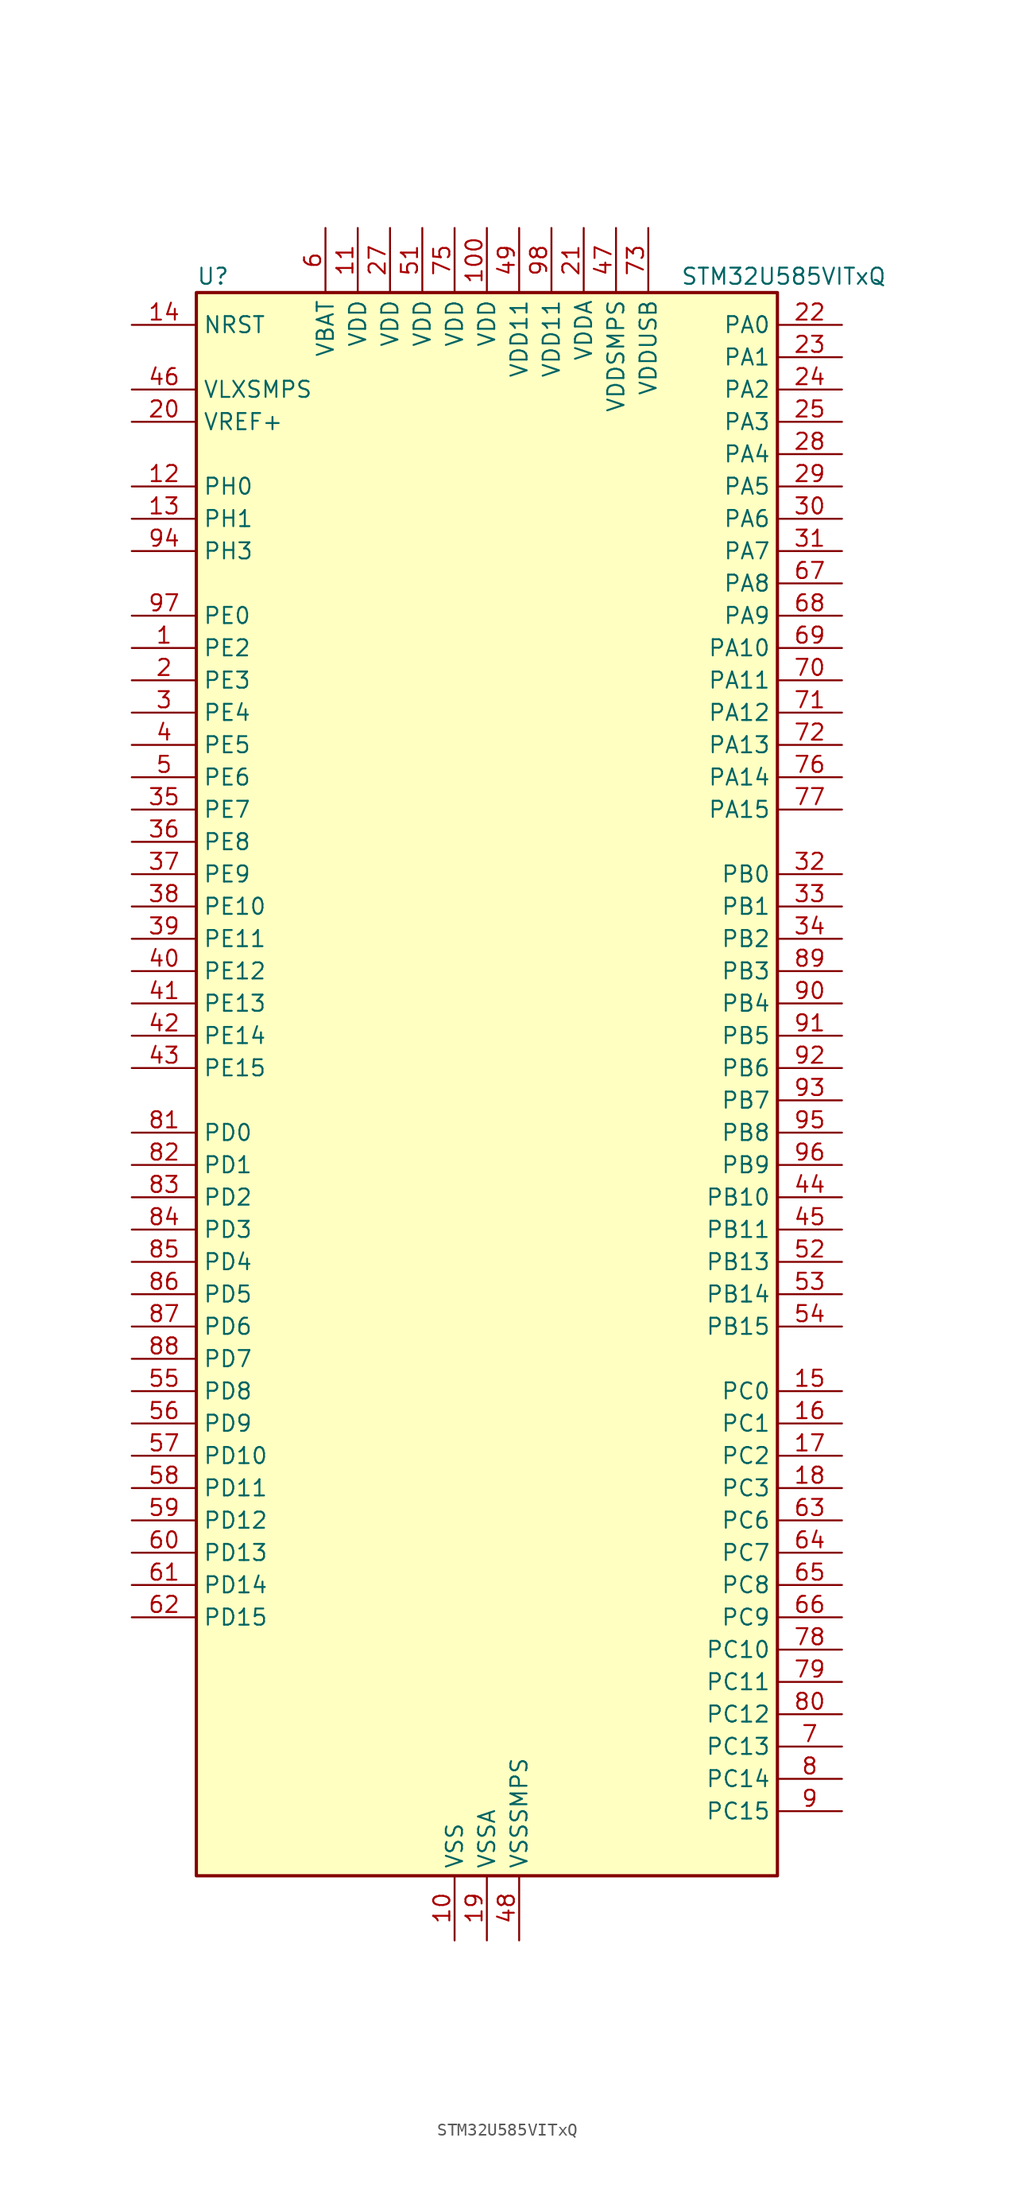
<source format=kicad_sym>
(kicad_symbol_lib
  (version 20211014)
  (generator kicad-library-utils)
  (symbol "STM32U585VITxQ"
    (property "Reference" "U"
      (at -22.86 64.77 0)
      (effects (font (size 1.27 1.27)) (justify left)))
    (property "Value" "STM32U585VITxQ"
      (at 15.24 64.77 0)
      (effects (font (size 1.27 1.27)) (justify left)))
    (property "ki_fp_filters" "LQFP*14x14mm*P0.5mm*"
      (at 0.0 0.0 0.0)
      (effects (font (size 1.27 1.27))))
    (symbol "STM32U585VITxQ_0_1"
      (rectangle (start -22.86 -60.96) (end 22.86 63.5) (stroke (width 0.254)) (fill (type background))))
    (symbol "STM32U585VITxQ_1_1"
      (pin input line (at -27.94 60.96 0) (length 5.08) (name "NRST" (effects (font (size 1.27 1.27)))) (number "14" (effects (font (size 1.27 1.27)))))
      (pin power_in line (at -27.94 55.88 0) (length 5.08) (name "VLXSMPS" (effects (font (size 1.27 1.27)))) (number "46" (effects (font (size 1.27 1.27)))))
      (pin input line (at -27.94 53.34 0) (length 5.08) (name "VREF+" (effects (font (size 1.27 1.27)))) (number "20" (effects (font (size 1.27 1.27)))) (alternate "VREFBUF_OUT" bidirectional line))
      (pin bidirectional line (at -27.94 48.26 0) (length 5.08) (name "PH0" (effects (font (size 1.27 1.27)))) (number "12" (effects (font (size 1.27 1.27)))) (alternate "RCC_OSC_IN" bidirectional line))
      (pin bidirectional line (at -27.94 45.72 0) (length 5.08) (name "PH1" (effects (font (size 1.27 1.27)))) (number "13" (effects (font (size 1.27 1.27)))) (alternate "RCC_OSC_OUT" bidirectional line))
      (pin bidirectional line (at -27.94 43.18 0) (length 5.08) (name "PH3" (effects (font (size 1.27 1.27)))) (number "94" (effects (font (size 1.27 1.27)))))
      (pin bidirectional line (at -27.94 38.1 0) (length 5.08) (name "PE0" (effects (font (size 1.27 1.27)))) (number "97" (effects (font (size 1.27 1.27)))) (alternate "DCMI_D2" bidirectional line) (alternate "FMC_NBL0" bidirectional line) (alternate "PSSI_D2" bidirectional line) (alternate "TIM16_CH1" bidirectional line) (alternate "TIM4_ETR" bidirectional line))
      (pin bidirectional line (at -27.94 35.56 0) (length 5.08) (name "PE2" (effects (font (size 1.27 1.27)))) (number "1" (effects (font (size 1.27 1.27)))) (alternate "DEBUG_TRACECLK" bidirectional line) (alternate "FMC_A23" bidirectional line) (alternate "SAI1_CK1" bidirectional line) (alternate "SAI1_MCLK_A" bidirectional line) (alternate "TIM3_ETR" bidirectional line) (alternate "TSC_G7_IO1" bidirectional line))
      (pin bidirectional line (at -27.94 33.02 0) (length 5.08) (name "PE3" (effects (font (size 1.27 1.27)))) (number "2" (effects (font (size 1.27 1.27)))) (alternate "DEBUG_TRACED0" bidirectional line) (alternate "FMC_A19" bidirectional line) (alternate "OCTOSPIM_P1_DQS" bidirectional line) (alternate "SAI1_SD_B" bidirectional line) (alternate "TAMP_IN6" bidirectional line) (alternate "TAMP_OUT3" bidirectional line) (alternate "TIM3_CH1" bidirectional line) (alternate "TSC_G7_IO2" bidirectional line))
      (pin bidirectional line (at -27.94 30.48 0) (length 5.08) (name "PE4" (effects (font (size 1.27 1.27)))) (number "3" (effects (font (size 1.27 1.27)))) (alternate "DCMI_D4" bidirectional line) (alternate "DEBUG_TRACED1" bidirectional line) (alternate "FMC_A20" bidirectional line) (alternate "MDF1_SDI3" bidirectional line) (alternate "PSSI_D4" bidirectional line) (alternate "PWR_WKUP1" bidirectional line) (alternate "SAI1_D2" bidirectional line) (alternate "SAI1_FS_A" bidirectional line) (alternate "TAMP_IN7" bidirectional line) (alternate "TAMP_OUT8" bidirectional line) (alternate "TIM3_CH2" bidirectional line) (alternate "TSC_G7_IO3" bidirectional line))
      (pin bidirectional line (at -27.94 27.94 0) (length 5.08) (name "PE5" (effects (font (size 1.27 1.27)))) (number "4" (effects (font (size 1.27 1.27)))) (alternate "DCMI_D6" bidirectional line) (alternate "DEBUG_TRACED2" bidirectional line) (alternate "FMC_A21" bidirectional line) (alternate "MDF1_CKI3" bidirectional line) (alternate "PSSI_D6" bidirectional line) (alternate "PWR_WKUP2" bidirectional line) (alternate "SAI1_CK2" bidirectional line) (alternate "SAI1_SCK_A" bidirectional line) (alternate "TAMP_IN8" bidirectional line) (alternate "TAMP_OUT7" bidirectional line) (alternate "TIM3_CH3" bidirectional line) (alternate "TSC_G7_IO4" bidirectional line))
      (pin bidirectional line (at -27.94 25.4 0) (length 5.08) (name "PE6" (effects (font (size 1.27 1.27)))) (number "5" (effects (font (size 1.27 1.27)))) (alternate "DCMI_D7" bidirectional line) (alternate "DEBUG_TRACED3" bidirectional line) (alternate "FMC_A22" bidirectional line) (alternate "PSSI_D7" bidirectional line) (alternate "PWR_WKUP3" bidirectional line) (alternate "SAI1_D1" bidirectional line) (alternate "SAI1_SD_A" bidirectional line) (alternate "TAMP_IN3" bidirectional line) (alternate "TAMP_OUT6" bidirectional line) (alternate "TIM3_CH4" bidirectional line))
      (pin bidirectional line (at -27.94 22.86 0) (length 5.08) (name "PE7" (effects (font (size 1.27 1.27)))) (number "35" (effects (font (size 1.27 1.27)))) (alternate "FMC_D4" bidirectional line) (alternate "FMC_DA4" bidirectional line) (alternate "MDF1_SDI2" bidirectional line) (alternate "PWR_WKUP6" bidirectional line) (alternate "SAI1_SD_B" bidirectional line) (alternate "TIM1_ETR" bidirectional line))
      (pin bidirectional line (at -27.94 20.32 0) (length 5.08) (name "PE8" (effects (font (size 1.27 1.27)))) (number "36" (effects (font (size 1.27 1.27)))) (alternate "FMC_D5" bidirectional line) (alternate "FMC_DA5" bidirectional line) (alternate "MDF1_CKI2" bidirectional line) (alternate "PWR_WKUP7" bidirectional line) (alternate "SAI1_SCK_B" bidirectional line) (alternate "TIM1_CH1N" bidirectional line))
      (pin bidirectional line (at -27.94 17.78 0) (length 5.08) (name "PE9" (effects (font (size 1.27 1.27)))) (number "37" (effects (font (size 1.27 1.27)))) (alternate "ADF1_CCK0" bidirectional line) (alternate "DAC1_EXTI9" bidirectional line) (alternate "FMC_D6" bidirectional line) (alternate "FMC_DA6" bidirectional line) (alternate "MDF1_CCK0" bidirectional line) (alternate "OCTOSPIM_P1_NCLK" bidirectional line) (alternate "SAI1_FS_B" bidirectional line) (alternate "TIM1_CH1" bidirectional line))
      (pin bidirectional line (at -27.94 15.24 0) (length 5.08) (name "PE10" (effects (font (size 1.27 1.27)))) (number "38" (effects (font (size 1.27 1.27)))) (alternate "ADF1_SDI0" bidirectional line) (alternate "FMC_D7" bidirectional line) (alternate "FMC_DA7" bidirectional line) (alternate "MDF1_SDI4" bidirectional line) (alternate "OCTOSPIM_P1_CLK" bidirectional line) (alternate "SAI1_MCLK_B" bidirectional line) (alternate "TIM1_CH2N" bidirectional line) (alternate "TSC_G5_IO1" bidirectional line))
      (pin bidirectional line (at -27.94 12.7 0) (length 5.08) (name "PE11" (effects (font (size 1.27 1.27)))) (number "39" (effects (font (size 1.27 1.27)))) (alternate "ADC1_EXTI11" bidirectional line) (alternate "FMC_D8" bidirectional line) (alternate "FMC_DA8" bidirectional line) (alternate "MDF1_CKI4" bidirectional line) (alternate "OCTOSPIM_P1_NCS" bidirectional line) (alternate "SPI1_RDY" bidirectional line) (alternate "TIM1_CH2" bidirectional line) (alternate "TSC_G5_IO2" bidirectional line))
      (pin bidirectional line (at -27.94 10.16 0) (length 5.08) (name "PE12" (effects (font (size 1.27 1.27)))) (number "40" (effects (font (size 1.27 1.27)))) (alternate "FMC_D9" bidirectional line) (alternate "FMC_DA9" bidirectional line) (alternate "MDF1_SDI5" bidirectional line) (alternate "OCTOSPIM_P1_IO0" bidirectional line) (alternate "SPI1_NSS" bidirectional line) (alternate "TIM1_CH3N" bidirectional line) (alternate "TSC_G5_IO3" bidirectional line))
      (pin bidirectional line (at -27.94 7.62 0) (length 5.08) (name "PE13" (effects (font (size 1.27 1.27)))) (number "41" (effects (font (size 1.27 1.27)))) (alternate "FMC_D10" bidirectional line) (alternate "FMC_DA10" bidirectional line) (alternate "MDF1_CKI5" bidirectional line) (alternate "OCTOSPIM_P1_IO1" bidirectional line) (alternate "SPI1_SCK" bidirectional line) (alternate "TIM1_CH3" bidirectional line) (alternate "TSC_G5_IO4" bidirectional line))
      (pin bidirectional line (at -27.94 5.08 0) (length 5.08) (name "PE14" (effects (font (size 1.27 1.27)))) (number "42" (effects (font (size 1.27 1.27)))) (alternate "FMC_D11" bidirectional line) (alternate "FMC_DA11" bidirectional line) (alternate "OCTOSPIM_P1_IO2" bidirectional line) (alternate "SPI1_MISO" bidirectional line) (alternate "TIM1_BKIN2" bidirectional line) (alternate "TIM1_CH4" bidirectional line))
      (pin bidirectional line (at -27.94 2.54 0) (length 5.08) (name "PE15" (effects (font (size 1.27 1.27)))) (number "43" (effects (font (size 1.27 1.27)))) (alternate "ADC1_EXTI15" bidirectional line) (alternate "ADC4_EXTI15" bidirectional line) (alternate "FMC_D12" bidirectional line) (alternate "FMC_DA12" bidirectional line) (alternate "OCTOSPIM_P1_IO3" bidirectional line) (alternate "SPI1_MOSI" bidirectional line) (alternate "TIM1_BKIN" bidirectional line) (alternate "TIM1_CH4N" bidirectional line))
      (pin bidirectional line (at -27.94 -2.54 0) (length 5.08) (name "PD0" (effects (font (size 1.27 1.27)))) (number "81" (effects (font (size 1.27 1.27)))) (alternate "FDCAN1_RX" bidirectional line) (alternate "FMC_D2" bidirectional line) (alternate "FMC_DA2" bidirectional line) (alternate "SPI2_NSS" bidirectional line) (alternate "TIM8_CH4N" bidirectional line))
      (pin bidirectional line (at -27.94 -5.08 0) (length 5.08) (name "PD1" (effects (font (size 1.27 1.27)))) (number "82" (effects (font (size 1.27 1.27)))) (alternate "FDCAN1_TX" bidirectional line) (alternate "FMC_D3" bidirectional line) (alternate "FMC_DA3" bidirectional line) (alternate "SPI2_SCK" bidirectional line))
      (pin bidirectional line (at -27.94 -7.62 0) (length 5.08) (name "PD2" (effects (font (size 1.27 1.27)))) (number "83" (effects (font (size 1.27 1.27)))) (alternate "DCMI_D11" bidirectional line) (alternate "DEBUG_TRACED2" bidirectional line) (alternate "LPTIM4_ETR" bidirectional line) (alternate "PSSI_D11" bidirectional line) (alternate "SDMMC1_CMD" bidirectional line) (alternate "TIM3_ETR" bidirectional line) (alternate "TSC_SYNC" bidirectional line) (alternate "UART5_RX" bidirectional line) (alternate "USART3_DE" bidirectional line) (alternate "USART3_RTS" bidirectional line))
      (pin bidirectional line (at -27.94 -10.16 0) (length 5.08) (name "PD3" (effects (font (size 1.27 1.27)))) (number "84" (effects (font (size 1.27 1.27)))) (alternate "DCMI_D5" bidirectional line) (alternate "FMC_CLK" bidirectional line) (alternate "MDF1_SDI0" bidirectional line) (alternate "OCTOSPIM_P2_NCS" bidirectional line) (alternate "PSSI_D5" bidirectional line) (alternate "SPI2_MISO" bidirectional line) (alternate "SPI2_SCK" bidirectional line) (alternate "USART2_CTS" bidirectional line))
      (pin bidirectional line (at -27.94 -12.7 0) (length 5.08) (name "PD4" (effects (font (size 1.27 1.27)))) (number "85" (effects (font (size 1.27 1.27)))) (alternate "FMC_NOE" bidirectional line) (alternate "MDF1_CKI0" bidirectional line) (alternate "OCTOSPIM_P1_IO4" bidirectional line) (alternate "SPI2_MOSI" bidirectional line) (alternate "USART2_DE" bidirectional line) (alternate "USART2_RTS" bidirectional line))
      (pin bidirectional line (at -27.94 -15.24 0) (length 5.08) (name "PD5" (effects (font (size 1.27 1.27)))) (number "86" (effects (font (size 1.27 1.27)))) (alternate "FMC_NWE" bidirectional line) (alternate "OCTOSPIM_P1_IO5" bidirectional line) (alternate "SPI2_RDY" bidirectional line) (alternate "USART2_TX" bidirectional line))
      (pin bidirectional line (at -27.94 -17.78 0) (length 5.08) (name "PD6" (effects (font (size 1.27 1.27)))) (number "87" (effects (font (size 1.27 1.27)))) (alternate "DCMI_D10" bidirectional line) (alternate "FMC_NWAIT" bidirectional line) (alternate "MDF1_SDI1" bidirectional line) (alternate "OCTOSPIM_P1_IO6" bidirectional line) (alternate "PSSI_D10" bidirectional line) (alternate "SAI1_D1" bidirectional line) (alternate "SAI1_SD_A" bidirectional line) (alternate "SDMMC2_CK" bidirectional line) (alternate "SPI3_MOSI" bidirectional line) (alternate "USART2_RX" bidirectional line))
      (pin bidirectional line (at -27.94 -20.32 0) (length 5.08) (name "PD7" (effects (font (size 1.27 1.27)))) (number "88" (effects (font (size 1.27 1.27)))) (alternate "FMC_NCE" bidirectional line) (alternate "FMC_NE1" bidirectional line) (alternate "LPTIM4_OUT" bidirectional line) (alternate "MDF1_CKI1" bidirectional line) (alternate "OCTOSPIM_P1_IO7" bidirectional line) (alternate "SDMMC2_CMD" bidirectional line) (alternate "USART2_CK" bidirectional line))
      (pin bidirectional line (at -27.94 -22.86 0) (length 5.08) (name "PD8" (effects (font (size 1.27 1.27)))) (number "55" (effects (font (size 1.27 1.27)))) (alternate "DCMI_HSYNC" bidirectional line) (alternate "FMC_D13" bidirectional line) (alternate "FMC_DA13" bidirectional line) (alternate "PSSI_DE" bidirectional line) (alternate "USART3_TX" bidirectional line))
      (pin bidirectional line (at -27.94 -25.4 0) (length 5.08) (name "PD9" (effects (font (size 1.27 1.27)))) (number "56" (effects (font (size 1.27 1.27)))) (alternate "DAC1_EXTI9" bidirectional line) (alternate "DCMI_PIXCLK" bidirectional line) (alternate "FMC_D14" bidirectional line) (alternate "FMC_DA14" bidirectional line) (alternate "LPTIM2_IN2" bidirectional line) (alternate "LPTIM3_IN1" bidirectional line) (alternate "PSSI_PDCK" bidirectional line) (alternate "SAI2_MCLK_A" bidirectional line) (alternate "USART3_RX" bidirectional line))
      (pin bidirectional line (at -27.94 -27.94 0) (length 5.08) (name "PD10" (effects (font (size 1.27 1.27)))) (number "57" (effects (font (size 1.27 1.27)))) (alternate "FMC_D15" bidirectional line) (alternate "FMC_DA15" bidirectional line) (alternate "LPTIM2_CH2" bidirectional line) (alternate "LPTIM3_ETR" bidirectional line) (alternate "SAI2_SCK_A" bidirectional line) (alternate "TSC_G6_IO1" bidirectional line) (alternate "USART3_CK" bidirectional line))
      (pin bidirectional line (at -27.94 -30.48 0) (length 5.08) (name "PD11" (effects (font (size 1.27 1.27)))) (number "58" (effects (font (size 1.27 1.27)))) (alternate "ADC1_EXTI11" bidirectional line) (alternate "ADC4_IN15" bidirectional line) (alternate "FMC_A16" bidirectional line) (alternate "FMC_CLE" bidirectional line) (alternate "I2C4_SMBA" bidirectional line) (alternate "LPTIM2_ETR" bidirectional line) (alternate "SAI2_SD_A" bidirectional line) (alternate "TSC_G6_IO2" bidirectional line) (alternate "USART3_CTS" bidirectional line))
      (pin bidirectional line (at -27.94 -33.02 0) (length 5.08) (name "PD12" (effects (font (size 1.27 1.27)))) (number "59" (effects (font (size 1.27 1.27)))) (alternate "ADC4_IN16" bidirectional line) (alternate "FMC_A17" bidirectional line) (alternate "FMC_ALE" bidirectional line) (alternate "I2C4_SCL" bidirectional line) (alternate "LPTIM2_IN1" bidirectional line) (alternate "SAI2_FS_A" bidirectional line) (alternate "TIM4_CH1" bidirectional line) (alternate "TSC_G6_IO3" bidirectional line) (alternate "USART3_DE" bidirectional line) (alternate "USART3_RTS" bidirectional line))
      (pin bidirectional line (at -27.94 -35.56 0) (length 5.08) (name "PD13" (effects (font (size 1.27 1.27)))) (number "60" (effects (font (size 1.27 1.27)))) (alternate "ADC4_IN17" bidirectional line) (alternate "FMC_A18" bidirectional line) (alternate "I2C4_SDA" bidirectional line) (alternate "LPTIM2_CH1" bidirectional line) (alternate "LPTIM4_IN1" bidirectional line) (alternate "TIM4_CH2" bidirectional line) (alternate "TSC_G6_IO4" bidirectional line))
      (pin bidirectional line (at -27.94 -38.1 0) (length 5.08) (name "PD14" (effects (font (size 1.27 1.27)))) (number "61" (effects (font (size 1.27 1.27)))) (alternate "FMC_D0" bidirectional line) (alternate "FMC_DA0" bidirectional line) (alternate "LPTIM3_CH1" bidirectional line) (alternate "TIM4_CH3" bidirectional line))
      (pin bidirectional line (at -27.94 -40.64 0) (length 5.08) (name "PD15" (effects (font (size 1.27 1.27)))) (number "62" (effects (font (size 1.27 1.27)))) (alternate "ADC1_EXTI15" bidirectional line) (alternate "ADC4_EXTI15" bidirectional line) (alternate "FMC_D1" bidirectional line) (alternate "FMC_DA1" bidirectional line) (alternate "LPTIM3_CH2" bidirectional line) (alternate "TIM4_CH4" bidirectional line))
      (pin bidirectional line (at 27.94 60.96 180) (length 5.08) (name "PA0" (effects (font (size 1.27 1.27)))) (number "22" (effects (font (size 1.27 1.27)))) (alternate "ADC1_IN5" bidirectional line) (alternate "AUDIOCLK" bidirectional line) (alternate "OCTOSPIM_P2_NCS" bidirectional line) (alternate "OPAMP1_VINP" bidirectional line) (alternate "PWR_WKUP1" bidirectional line) (alternate "SDMMC2_CMD" bidirectional line) (alternate "SPI3_RDY" bidirectional line) (alternate "TAMP_IN2" bidirectional line) (alternate "TAMP_OUT1" bidirectional line) (alternate "TIM2_CH1" bidirectional line) (alternate "TIM2_ETR" bidirectional line) (alternate "TIM5_CH1" bidirectional line) (alternate "TIM8_ETR" bidirectional line) (alternate "UART4_TX" bidirectional line) (alternate "USART2_CTS" bidirectional line))
      (pin bidirectional line (at 27.94 58.42 180) (length 5.08) (name "PA1" (effects (font (size 1.27 1.27)))) (number "23" (effects (font (size 1.27 1.27)))) (alternate "ADC1_IN6" bidirectional line) (alternate "I2C1_SMBA" bidirectional line) (alternate "LPTIM1_CH2" bidirectional line) (alternate "OCTOSPIM_P1_DQS" bidirectional line) (alternate "OPAMP1_VINM" bidirectional line) (alternate "PWR_WKUP3" bidirectional line) (alternate "SPI1_SCK" bidirectional line) (alternate "TAMP_IN5" bidirectional line) (alternate "TAMP_OUT4" bidirectional line) (alternate "TIM15_CH1N" bidirectional line) (alternate "TIM2_CH2" bidirectional line) (alternate "TIM5_CH2" bidirectional line) (alternate "UART4_RX" bidirectional line) (alternate "USART2_DE" bidirectional line) (alternate "USART2_RTS" bidirectional line))
      (pin bidirectional line (at 27.94 55.88 180) (length 5.08) (name "PA2" (effects (font (size 1.27 1.27)))) (number "24" (effects (font (size 1.27 1.27)))) (alternate "ADC1_IN7" bidirectional line) (alternate "COMP1_INP" bidirectional line) (alternate "LPUART1_TX" bidirectional line) (alternate "OCTOSPIM_P1_NCS" bidirectional line) (alternate "PWR_WKUP4" bidirectional line) (alternate "RCC_LSCO" bidirectional line) (alternate "SPI1_RDY" bidirectional line) (alternate "TIM15_CH1" bidirectional line) (alternate "TIM2_CH3" bidirectional line) (alternate "TIM5_CH3" bidirectional line) (alternate "UCPD1_FRSTX1" bidirectional line) (alternate "USART2_TX" bidirectional line))
      (pin bidirectional line (at 27.94 53.34 180) (length 5.08) (name "PA3" (effects (font (size 1.27 1.27)))) (number "25" (effects (font (size 1.27 1.27)))) (alternate "ADC1_IN8" bidirectional line) (alternate "LPUART1_RX" bidirectional line) (alternate "OCTOSPIM_P1_CLK" bidirectional line) (alternate "OPAMP1_VOUT" bidirectional line) (alternate "PWR_WKUP5" bidirectional line) (alternate "SAI1_CK1" bidirectional line) (alternate "SAI1_MCLK_A" bidirectional line) (alternate "TIM15_CH2" bidirectional line) (alternate "TIM2_CH4" bidirectional line) (alternate "TIM5_CH4" bidirectional line) (alternate "USART2_RX" bidirectional line))
      (pin bidirectional line (at 27.94 50.8 180) (length 5.08) (name "PA4" (effects (font (size 1.27 1.27)))) (number "28" (effects (font (size 1.27 1.27)))) (alternate "ADC1_IN9" bidirectional line) (alternate "ADC4_IN9" bidirectional line) (alternate "DAC1_OUT1" bidirectional line) (alternate "DCMI_HSYNC" bidirectional line) (alternate "LPTIM2_CH1" bidirectional line) (alternate "OCTOSPIM_P1_NCS" bidirectional line) (alternate "PSSI_DE" bidirectional line) (alternate "PWR_WKUP2" bidirectional line) (alternate "SAI1_FS_B" bidirectional line) (alternate "SPI1_NSS" bidirectional line) (alternate "SPI3_NSS" bidirectional line) (alternate "USART2_CK" bidirectional line))
      (pin bidirectional line (at 27.94 48.26 180) (length 5.08) (name "PA5" (effects (font (size 1.27 1.27)))) (number "29" (effects (font (size 1.27 1.27)))) (alternate "ADC1_IN10" bidirectional line) (alternate "ADC4_IN10" bidirectional line) (alternate "DAC1_OUT2" bidirectional line) (alternate "LPTIM2_ETR" bidirectional line) (alternate "PSSI_D14" bidirectional line) (alternate "PWR_CSLEEP" bidirectional line) (alternate "PWR_WKUP6" bidirectional line) (alternate "SPI1_SCK" bidirectional line) (alternate "TIM2_CH1" bidirectional line) (alternate "TIM2_ETR" bidirectional line) (alternate "TIM8_CH1N" bidirectional line) (alternate "USART3_RX" bidirectional line))
      (pin bidirectional line (at 27.94 45.72 180) (length 5.08) (name "PA6" (effects (font (size 1.27 1.27)))) (number "30" (effects (font (size 1.27 1.27)))) (alternate "ADC1_IN11" bidirectional line) (alternate "ADC4_IN11" bidirectional line) (alternate "DCMI_PIXCLK" bidirectional line) (alternate "LPUART1_CTS" bidirectional line) (alternate "OCTOSPIM_P1_IO3" bidirectional line) (alternate "OPAMP2_VINP" bidirectional line) (alternate "PSSI_PDCK" bidirectional line) (alternate "PWR_CDSTOP" bidirectional line) (alternate "PWR_WKUP7" bidirectional line) (alternate "SPI1_MISO" bidirectional line) (alternate "TIM16_CH1" bidirectional line) (alternate "TIM1_BKIN" bidirectional line) (alternate "TIM3_CH1" bidirectional line) (alternate "TIM8_BKIN" bidirectional line) (alternate "USART3_CTS" bidirectional line))
      (pin bidirectional line (at 27.94 43.18 180) (length 5.08) (name "PA7" (effects (font (size 1.27 1.27)))) (number "31" (effects (font (size 1.27 1.27)))) (alternate "ADC1_IN12" bidirectional line) (alternate "ADC4_IN20" bidirectional line) (alternate "I2C3_SCL" bidirectional line) (alternate "LPTIM2_CH2" bidirectional line) (alternate "OCTOSPIM_P1_IO2" bidirectional line) (alternate "OPAMP2_VINM" bidirectional line) (alternate "PWR_SRDSTOP" bidirectional line) (alternate "PWR_WKUP8" bidirectional line) (alternate "SPI1_MOSI" bidirectional line) (alternate "TIM17_CH1" bidirectional line) (alternate "TIM1_CH1N" bidirectional line) (alternate "TIM3_CH2" bidirectional line) (alternate "TIM8_CH1N" bidirectional line) (alternate "USART3_TX" bidirectional line))
      (pin bidirectional line (at 27.94 40.64 180) (length 5.08) (name "PA8" (effects (font (size 1.27 1.27)))) (number "67" (effects (font (size 1.27 1.27)))) (alternate "DEBUG_TRACECLK" bidirectional line) (alternate "LPTIM2_CH1" bidirectional line) (alternate "RCC_MCO" bidirectional line) (alternate "SAI1_CK2" bidirectional line) (alternate "SAI1_SCK_A" bidirectional line) (alternate "SPI1_RDY" bidirectional line) (alternate "TIM1_CH1" bidirectional line) (alternate "USART1_CK" bidirectional line) (alternate "USB_OTG_FS_SOF" bidirectional line))
      (pin bidirectional line (at 27.94 38.1 180) (length 5.08) (name "PA9" (effects (font (size 1.27 1.27)))) (number "68" (effects (font (size 1.27 1.27)))) (alternate "DAC1_EXTI9" bidirectional line) (alternate "DCMI_D0" bidirectional line) (alternate "PSSI_D0" bidirectional line) (alternate "SAI1_FS_A" bidirectional line) (alternate "SPI2_SCK" bidirectional line) (alternate "TIM15_BKIN" bidirectional line) (alternate "TIM1_CH2" bidirectional line) (alternate "USART1_TX" bidirectional line) (alternate "USB_OTG_FS_VBUS" bidirectional line))
      (pin bidirectional line (at 27.94 35.56 180) (length 5.08) (name "PA10" (effects (font (size 1.27 1.27)))) (number "69" (effects (font (size 1.27 1.27)))) (alternate "CRS_SYNC" bidirectional line) (alternate "DCMI_D1" bidirectional line) (alternate "LPTIM2_IN2" bidirectional line) (alternate "PSSI_D1" bidirectional line) (alternate "SAI1_D1" bidirectional line) (alternate "SAI1_SD_A" bidirectional line) (alternate "TIM17_BKIN" bidirectional line) (alternate "TIM1_CH3" bidirectional line) (alternate "USART1_RX" bidirectional line) (alternate "USB_OTG_FS_ID" bidirectional line))
      (pin bidirectional line (at 27.94 33.02 180) (length 5.08) (name "PA11" (effects (font (size 1.27 1.27)))) (number "70" (effects (font (size 1.27 1.27)))) (alternate "ADC1_EXTI11" bidirectional line) (alternate "FDCAN1_RX" bidirectional line) (alternate "SPI1_MISO" bidirectional line) (alternate "TIM1_BKIN2" bidirectional line) (alternate "TIM1_CH4" bidirectional line) (alternate "USART1_CTS" bidirectional line) (alternate "USB_OTG_FS_DM" bidirectional line))
      (pin bidirectional line (at 27.94 30.48 180) (length 5.08) (name "PA12" (effects (font (size 1.27 1.27)))) (number "71" (effects (font (size 1.27 1.27)))) (alternate "FDCAN1_TX" bidirectional line) (alternate "OCTOSPIM_P2_NCS" bidirectional line) (alternate "SPI1_MOSI" bidirectional line) (alternate "TIM1_ETR" bidirectional line) (alternate "USART1_DE" bidirectional line) (alternate "USART1_RTS" bidirectional line) (alternate "USB_OTG_FS_DP" bidirectional line))
      (pin bidirectional line (at 27.94 27.94 180) (length 5.08) (name "PA13" (effects (font (size 1.27 1.27)))) (number "72" (effects (font (size 1.27 1.27)))) (alternate "DEBUG_JTMS-SWDIO" bidirectional line) (alternate "IR_OUT" bidirectional line) (alternate "SAI1_SD_B" bidirectional line) (alternate "USB_OTG_FS_NOE" bidirectional line))
      (pin bidirectional line (at 27.94 25.4 180) (length 5.08) (name "PA14" (effects (font (size 1.27 1.27)))) (number "76" (effects (font (size 1.27 1.27)))) (alternate "DEBUG_JTCK-SWCLK" bidirectional line) (alternate "I2C1_SMBA" bidirectional line) (alternate "I2C4_SMBA" bidirectional line) (alternate "LPTIM1_CH1" bidirectional line) (alternate "SAI1_FS_B" bidirectional line) (alternate "USB_OTG_FS_SOF" bidirectional line))
      (pin bidirectional line (at 27.94 22.86 180) (length 5.08) (name "PA15" (effects (font (size 1.27 1.27)))) (number "77" (effects (font (size 1.27 1.27)))) (alternate "ADC1_EXTI15" bidirectional line) (alternate "ADC4_EXTI15" bidirectional line) (alternate "DEBUG_JTDI" bidirectional line) (alternate "SAI2_FS_B" bidirectional line) (alternate "SPI1_NSS" bidirectional line) (alternate "SPI3_NSS" bidirectional line) (alternate "TIM2_CH1" bidirectional line) (alternate "TIM2_ETR" bidirectional line) (alternate "UART4_DE" bidirectional line) (alternate "UART4_RTS" bidirectional line) (alternate "UCPD1_CC1" bidirectional line) (alternate "USART2_RX" bidirectional line) (alternate "USART3_DE" bidirectional line) (alternate "USART3_RTS" bidirectional line))
      (pin bidirectional line (at 27.94 17.78 180) (length 5.08) (name "PB0" (effects (font (size 1.27 1.27)))) (number "32" (effects (font (size 1.27 1.27)))) (alternate "ADC1_IN15" bidirectional line) (alternate "ADC4_IN18" bidirectional line) (alternate "AUDIOCLK" bidirectional line) (alternate "COMP1_OUT" bidirectional line) (alternate "LPTIM3_CH1" bidirectional line) (alternate "OCTOSPIM_P1_IO1" bidirectional line) (alternate "OPAMP2_VOUT" bidirectional line) (alternate "SPI1_NSS" bidirectional line) (alternate "TIM1_CH2N" bidirectional line) (alternate "TIM3_CH3" bidirectional line) (alternate "TIM8_CH2N" bidirectional line) (alternate "USART3_CK" bidirectional line))
      (pin bidirectional line (at 27.94 15.24 180) (length 5.08) (name "PB1" (effects (font (size 1.27 1.27)))) (number "33" (effects (font (size 1.27 1.27)))) (alternate "ADC1_IN16" bidirectional line) (alternate "ADC4_IN19" bidirectional line) (alternate "COMP1_INM" bidirectional line) (alternate "LPTIM2_IN1" bidirectional line) (alternate "LPTIM3_CH2" bidirectional line) (alternate "LPUART1_DE" bidirectional line) (alternate "LPUART1_RTS" bidirectional line) (alternate "MDF1_SDI0" bidirectional line) (alternate "OCTOSPIM_P1_IO0" bidirectional line) (alternate "PWR_WKUP4" bidirectional line) (alternate "TIM1_CH3N" bidirectional line) (alternate "TIM3_CH4" bidirectional line) (alternate "TIM8_CH3N" bidirectional line) (alternate "USART3_DE" bidirectional line) (alternate "USART3_RTS" bidirectional line))
      (pin bidirectional line (at 27.94 12.7 180) (length 5.08) (name "PB2" (effects (font (size 1.27 1.27)))) (number "34" (effects (font (size 1.27 1.27)))) (alternate "ADC1_IN17" bidirectional line) (alternate "COMP1_INP" bidirectional line) (alternate "I2C3_SMBA" bidirectional line) (alternate "LPTIM1_CH1" bidirectional line) (alternate "MDF1_CKI0" bidirectional line) (alternate "OCTOSPIM_P1_DQS" bidirectional line) (alternate "PWR_WKUP1" bidirectional line) (alternate "RTC_OUT2" bidirectional line) (alternate "SPI1_RDY" bidirectional line) (alternate "TIM8_CH4N" bidirectional line) (alternate "UCPD1_FRSTX1" bidirectional line))
      (pin bidirectional line (at 27.94 10.16 180) (length 5.08) (name "PB3" (effects (font (size 1.27 1.27)))) (number "89" (effects (font (size 1.27 1.27)))) (alternate "ADF1_CCK0" bidirectional line) (alternate "COMP2_INM" bidirectional line) (alternate "CRS_SYNC" bidirectional line) (alternate "DEBUG_JTDO-SWO" bidirectional line) (alternate "I2C1_SDA" bidirectional line) (alternate "LPTIM1_CH1" bidirectional line) (alternate "SAI1_SCK_B" bidirectional line) (alternate "SDMMC2_D2" bidirectional line) (alternate "SPI1_SCK" bidirectional line) (alternate "SPI3_SCK" bidirectional line) (alternate "TIM2_CH2" bidirectional line) (alternate "USART1_DE" bidirectional line) (alternate "USART1_RTS" bidirectional line))
      (pin bidirectional line (at 27.94 7.62 180) (length 5.08) (name "PB4" (effects (font (size 1.27 1.27)))) (number "90" (effects (font (size 1.27 1.27)))) (alternate "ADF1_SDI0" bidirectional line) (alternate "COMP2_INP" bidirectional line) (alternate "DCMI_D12" bidirectional line) (alternate "DEBUG_JTRST" bidirectional line) (alternate "I2C3_SDA" bidirectional line) (alternate "LPTIM1_CH2" bidirectional line) (alternate "PSSI_D12" bidirectional line) (alternate "SAI1_MCLK_B" bidirectional line) (alternate "SDMMC2_D3" bidirectional line) (alternate "SPI1_MISO" bidirectional line) (alternate "SPI3_MISO" bidirectional line) (alternate "TIM17_BKIN" bidirectional line) (alternate "TIM3_CH1" bidirectional line) (alternate "TSC_G2_IO1" bidirectional line) (alternate "UART5_DE" bidirectional line) (alternate "UART5_RTS" bidirectional line) (alternate "USART1_CTS" bidirectional line))
      (pin bidirectional line (at 27.94 5.08 180) (length 5.08) (name "PB5" (effects (font (size 1.27 1.27)))) (number "91" (effects (font (size 1.27 1.27)))) (alternate "COMP2_OUT" bidirectional line) (alternate "DCMI_D10" bidirectional line) (alternate "I2C1_SMBA" bidirectional line) (alternate "LPTIM1_IN1" bidirectional line) (alternate "OCTOSPIM_P1_NCLK" bidirectional line) (alternate "PSSI_D10" bidirectional line) (alternate "PWR_WKUP6" bidirectional line) (alternate "SAI1_SD_B" bidirectional line) (alternate "SPI1_MOSI" bidirectional line) (alternate "SPI3_MOSI" bidirectional line) (alternate "TIM16_BKIN" bidirectional line) (alternate "TIM3_CH2" bidirectional line) (alternate "TSC_G2_IO2" bidirectional line) (alternate "UART5_CTS" bidirectional line) (alternate "UCPD1_DBCC1" bidirectional line) (alternate "USART1_CK" bidirectional line))
      (pin bidirectional line (at 27.94 2.54 180) (length 5.08) (name "PB6" (effects (font (size 1.27 1.27)))) (number "92" (effects (font (size 1.27 1.27)))) (alternate "COMP2_INP" bidirectional line) (alternate "DCMI_D5" bidirectional line) (alternate "I2C1_SCL" bidirectional line) (alternate "I2C4_SCL" bidirectional line) (alternate "LPTIM1_ETR" bidirectional line) (alternate "MDF1_SDI5" bidirectional line) (alternate "PSSI_D5" bidirectional line) (alternate "PWR_WKUP3" bidirectional line) (alternate "SAI1_FS_B" bidirectional line) (alternate "TIM16_CH1N" bidirectional line) (alternate "TIM4_CH1" bidirectional line) (alternate "TIM8_BKIN2" bidirectional line) (alternate "TSC_G2_IO3" bidirectional line) (alternate "USART1_TX" bidirectional line))
      (pin bidirectional line (at 27.94 0.0 180) (length 5.08) (name "PB7" (effects (font (size 1.27 1.27)))) (number "93" (effects (font (size 1.27 1.27)))) (alternate "COMP2_INM" bidirectional line) (alternate "DCMI_VSYNC" bidirectional line) (alternate "FMC_NL" bidirectional line) (alternate "I2C1_SDA" bidirectional line) (alternate "I2C4_SDA" bidirectional line) (alternate "LPTIM1_IN2" bidirectional line) (alternate "MDF1_CKI5" bidirectional line) (alternate "PSSI_RDY" bidirectional line) (alternate "PWR_PVD_IN" bidirectional line) (alternate "PWR_WKUP4" bidirectional line) (alternate "TIM17_CH1N" bidirectional line) (alternate "TIM4_CH2" bidirectional line) (alternate "TIM8_BKIN" bidirectional line) (alternate "TSC_G2_IO4" bidirectional line) (alternate "UART4_CTS" bidirectional line) (alternate "USART1_RX" bidirectional line))
      (pin bidirectional line (at 27.94 -2.54 180) (length 5.08) (name "PB8" (effects (font (size 1.27 1.27)))) (number "95" (effects (font (size 1.27 1.27)))) (alternate "DCMI_D6" bidirectional line) (alternate "FDCAN1_RX" bidirectional line) (alternate "I2C1_SCL" bidirectional line) (alternate "MDF1_CCK0" bidirectional line) (alternate "PSSI_D6" bidirectional line) (alternate "PWR_WKUP5" bidirectional line) (alternate "SAI1_CK1" bidirectional line) (alternate "SAI1_MCLK_A" bidirectional line) (alternate "SDMMC1_CKIN" bidirectional line) (alternate "SDMMC1_D4" bidirectional line) (alternate "SDMMC2_D4" bidirectional line) (alternate "SPI3_RDY" bidirectional line) (alternate "TIM16_CH1" bidirectional line) (alternate "TIM4_CH3" bidirectional line))
      (pin bidirectional line (at 27.94 -5.08 180) (length 5.08) (name "PB9" (effects (font (size 1.27 1.27)))) (number "96" (effects (font (size 1.27 1.27)))) (alternate "DAC1_EXTI9" bidirectional line) (alternate "DCMI_D7" bidirectional line) (alternate "FDCAN1_TX" bidirectional line) (alternate "I2C1_SDA" bidirectional line) (alternate "IR_OUT" bidirectional line) (alternate "PSSI_D7" bidirectional line) (alternate "SAI1_D2" bidirectional line) (alternate "SAI1_FS_A" bidirectional line) (alternate "SDMMC1_CDIR" bidirectional line) (alternate "SDMMC1_D5" bidirectional line) (alternate "SDMMC2_D5" bidirectional line) (alternate "SPI2_NSS" bidirectional line) (alternate "TIM17_CH1" bidirectional line) (alternate "TIM4_CH4" bidirectional line))
      (pin bidirectional line (at 27.94 -7.62 180) (length 5.08) (name "PB10" (effects (font (size 1.27 1.27)))) (number "44" (effects (font (size 1.27 1.27)))) (alternate "COMP1_OUT" bidirectional line) (alternate "I2C2_SCL" bidirectional line) (alternate "I2C4_SCL" bidirectional line) (alternate "LPTIM3_CH1" bidirectional line) (alternate "LPUART1_RX" bidirectional line) (alternate "OCTOSPIM_P1_CLK" bidirectional line) (alternate "PWR_WKUP8" bidirectional line) (alternate "SAI1_SCK_A" bidirectional line) (alternate "SPI2_SCK" bidirectional line) (alternate "TIM2_CH3" bidirectional line) (alternate "TSC_SYNC" bidirectional line) (alternate "USART3_TX" bidirectional line))
      (pin bidirectional line (at 27.94 -10.16 180) (length 5.08) (name "PB11" (effects (font (size 1.27 1.27)))) (number "45" (effects (font (size 1.27 1.27)))) (alternate "ADC1_EXTI11" bidirectional line) (alternate "COMP2_OUT" bidirectional line) (alternate "I2C2_SDA" bidirectional line) (alternate "I2C4_SDA" bidirectional line) (alternate "LPUART1_TX" bidirectional line) (alternate "OCTOSPIM_P1_NCS" bidirectional line) (alternate "SPI2_RDY" bidirectional line) (alternate "TIM2_CH4" bidirectional line) (alternate "USART3_RX" bidirectional line))
      (pin bidirectional line (at 27.94 -12.7 180) (length 5.08) (name "PB13" (effects (font (size 1.27 1.27)))) (number "52" (effects (font (size 1.27 1.27)))) (alternate "I2C2_SCL" bidirectional line) (alternate "LPTIM3_IN1" bidirectional line) (alternate "LPUART1_CTS" bidirectional line) (alternate "MDF1_CKI1" bidirectional line) (alternate "SAI2_SCK_A" bidirectional line) (alternate "SPI2_SCK" bidirectional line) (alternate "TIM15_CH1N" bidirectional line) (alternate "TIM1_CH1N" bidirectional line) (alternate "TSC_G1_IO2" bidirectional line) (alternate "USART3_CTS" bidirectional line))
      (pin bidirectional line (at 27.94 -15.24 180) (length 5.08) (name "PB14" (effects (font (size 1.27 1.27)))) (number "53" (effects (font (size 1.27 1.27)))) (alternate "I2C2_SDA" bidirectional line) (alternate "LPTIM3_ETR" bidirectional line) (alternate "MDF1_SDI2" bidirectional line) (alternate "SAI2_MCLK_A" bidirectional line) (alternate "SDMMC2_D0" bidirectional line) (alternate "SPI2_MISO" bidirectional line) (alternate "TIM15_CH1" bidirectional line) (alternate "TIM1_CH2N" bidirectional line) (alternate "TIM8_CH2N" bidirectional line) (alternate "TSC_G1_IO3" bidirectional line) (alternate "UCPD1_DBCC2" bidirectional line) (alternate "USART3_DE" bidirectional line) (alternate "USART3_RTS" bidirectional line))
      (pin bidirectional line (at 27.94 -17.78 180) (length 5.08) (name "PB15" (effects (font (size 1.27 1.27)))) (number "54" (effects (font (size 1.27 1.27)))) (alternate "ADC1_EXTI15" bidirectional line) (alternate "ADC4_EXTI15" bidirectional line) (alternate "FMC_NBL1" bidirectional line) (alternate "LPTIM2_IN2" bidirectional line) (alternate "MDF1_CKI2" bidirectional line) (alternate "PWR_WKUP7" bidirectional line) (alternate "RTC_REFIN" bidirectional line) (alternate "SAI2_SD_A" bidirectional line) (alternate "SDMMC2_D1" bidirectional line) (alternate "SPI2_MOSI" bidirectional line) (alternate "TIM15_CH2" bidirectional line) (alternate "TIM1_CH3N" bidirectional line) (alternate "TIM8_CH3N" bidirectional line) (alternate "UCPD1_CC2" bidirectional line))
      (pin bidirectional line (at 27.94 -22.86 180) (length 5.08) (name "PC0" (effects (font (size 1.27 1.27)))) (number "15" (effects (font (size 1.27 1.27)))) (alternate "ADC1_IN1" bidirectional line) (alternate "ADC4_IN1" bidirectional line) (alternate "I2C3_SCL" bidirectional line) (alternate "LPTIM1_IN1" bidirectional line) (alternate "LPTIM2_IN1" bidirectional line) (alternate "LPUART1_RX" bidirectional line) (alternate "MDF1_SDI4" bidirectional line) (alternate "OCTOSPIM_P1_IO7" bidirectional line) (alternate "SAI2_FS_A" bidirectional line) (alternate "SDMMC1_D5" bidirectional line) (alternate "SPI2_RDY" bidirectional line))
      (pin bidirectional line (at 27.94 -25.4 180) (length 5.08) (name "PC1" (effects (font (size 1.27 1.27)))) (number "16" (effects (font (size 1.27 1.27)))) (alternate "ADC1_IN2" bidirectional line) (alternate "ADC4_IN2" bidirectional line) (alternate "DEBUG_TRACED0" bidirectional line) (alternate "I2C3_SDA" bidirectional line) (alternate "LPTIM1_CH1" bidirectional line) (alternate "LPUART1_TX" bidirectional line) (alternate "MDF1_CKI4" bidirectional line) (alternate "OCTOSPIM_P1_IO4" bidirectional line) (alternate "SAI1_SD_A" bidirectional line) (alternate "SDMMC2_CK" bidirectional line) (alternate "SPI2_MOSI" bidirectional line))
      (pin bidirectional line (at 27.94 -27.94 180) (length 5.08) (name "PC2" (effects (font (size 1.27 1.27)))) (number "17" (effects (font (size 1.27 1.27)))) (alternate "ADC1_IN3" bidirectional line) (alternate "ADC4_IN3" bidirectional line) (alternate "LPTIM1_IN2" bidirectional line) (alternate "MDF1_CCK1" bidirectional line) (alternate "OCTOSPIM_P1_IO5" bidirectional line) (alternate "SPI2_MISO" bidirectional line))
      (pin bidirectional line (at 27.94 -30.48 180) (length 5.08) (name "PC3" (effects (font (size 1.27 1.27)))) (number "18" (effects (font (size 1.27 1.27)))) (alternate "ADC1_IN4" bidirectional line) (alternate "ADC4_IN4" bidirectional line) (alternate "LPTIM1_ETR" bidirectional line) (alternate "LPTIM2_ETR" bidirectional line) (alternate "LPTIM3_CH1" bidirectional line) (alternate "OCTOSPIM_P1_IO6" bidirectional line) (alternate "SAI1_D1" bidirectional line) (alternate "SAI1_SD_A" bidirectional line) (alternate "SPI2_MOSI" bidirectional line))
      (pin bidirectional line (at 27.94 -33.02 180) (length 5.08) (name "PC6" (effects (font (size 1.27 1.27)))) (number "63" (effects (font (size 1.27 1.27)))) (alternate "DCMI_D0" bidirectional line) (alternate "MDF1_CKI3" bidirectional line) (alternate "PSSI_D0" bidirectional line) (alternate "PWR_CSLEEP" bidirectional line) (alternate "SAI2_MCLK_A" bidirectional line) (alternate "SDMMC1_D0DIR" bidirectional line) (alternate "SDMMC1_D6" bidirectional line) (alternate "SDMMC2_D6" bidirectional line) (alternate "TIM3_CH1" bidirectional line) (alternate "TIM8_CH1" bidirectional line) (alternate "TSC_G4_IO1" bidirectional line))
      (pin bidirectional line (at 27.94 -35.56 180) (length 5.08) (name "PC7" (effects (font (size 1.27 1.27)))) (number "64" (effects (font (size 1.27 1.27)))) (alternate "DCMI_D1" bidirectional line) (alternate "LPTIM2_CH2" bidirectional line) (alternate "MDF1_SDI3" bidirectional line) (alternate "PSSI_D1" bidirectional line) (alternate "PWR_CDSTOP" bidirectional line) (alternate "SAI2_MCLK_B" bidirectional line) (alternate "SDMMC1_D123DIR" bidirectional line) (alternate "SDMMC1_D7" bidirectional line) (alternate "SDMMC2_D7" bidirectional line) (alternate "TIM3_CH2" bidirectional line) (alternate "TIM8_CH2" bidirectional line) (alternate "TSC_G4_IO2" bidirectional line))
      (pin bidirectional line (at 27.94 -38.1 180) (length 5.08) (name "PC8" (effects (font (size 1.27 1.27)))) (number "65" (effects (font (size 1.27 1.27)))) (alternate "DCMI_D2" bidirectional line) (alternate "LPTIM3_CH1" bidirectional line) (alternate "PSSI_D2" bidirectional line) (alternate "PWR_SRDSTOP" bidirectional line) (alternate "SDMMC1_D0" bidirectional line) (alternate "TIM3_CH3" bidirectional line) (alternate "TIM8_CH3" bidirectional line) (alternate "TSC_G4_IO3" bidirectional line))
      (pin bidirectional line (at 27.94 -40.64 180) (length 5.08) (name "PC9" (effects (font (size 1.27 1.27)))) (number "66" (effects (font (size 1.27 1.27)))) (alternate "DAC1_EXTI9" bidirectional line) (alternate "DCMI_D3" bidirectional line) (alternate "DEBUG_TRACED0" bidirectional line) (alternate "LPTIM3_CH2" bidirectional line) (alternate "PSSI_D3" bidirectional line) (alternate "SDMMC1_D1" bidirectional line) (alternate "TIM3_CH4" bidirectional line) (alternate "TIM8_BKIN2" bidirectional line) (alternate "TIM8_CH4" bidirectional line) (alternate "TSC_G4_IO4" bidirectional line) (alternate "USB_OTG_FS_NOE" bidirectional line))
      (pin bidirectional line (at 27.94 -43.18 180) (length 5.08) (name "PC10" (effects (font (size 1.27 1.27)))) (number "78" (effects (font (size 1.27 1.27)))) (alternate "ADF1_CCK1" bidirectional line) (alternate "DCMI_D8" bidirectional line) (alternate "DEBUG_TRACED1" bidirectional line) (alternate "LPTIM3_ETR" bidirectional line) (alternate "PSSI_D8" bidirectional line) (alternate "SAI2_SCK_B" bidirectional line) (alternate "SDMMC1_D2" bidirectional line) (alternate "SPI3_SCK" bidirectional line) (alternate "TSC_G3_IO2" bidirectional line) (alternate "UART4_TX" bidirectional line) (alternate "USART3_TX" bidirectional line))
      (pin bidirectional line (at 27.94 -45.72 180) (length 5.08) (name "PC11" (effects (font (size 1.27 1.27)))) (number "79" (effects (font (size 1.27 1.27)))) (alternate "ADC1_EXTI11" bidirectional line) (alternate "ADF1_SDI0" bidirectional line) (alternate "DCMI_D2" bidirectional line) (alternate "DCMI_D4" bidirectional line) (alternate "LPTIM3_IN1" bidirectional line) (alternate "OCTOSPIM_P1_NCS" bidirectional line) (alternate "PSSI_D2" bidirectional line) (alternate "PSSI_D4" bidirectional line) (alternate "SAI2_MCLK_B" bidirectional line) (alternate "SDMMC1_D3" bidirectional line) (alternate "SPI3_MISO" bidirectional line) (alternate "TSC_G3_IO3" bidirectional line) (alternate "UART4_RX" bidirectional line) (alternate "UCPD1_FRSTX2" bidirectional line) (alternate "USART3_RX" bidirectional line))
      (pin bidirectional line (at 27.94 -48.26 180) (length 5.08) (name "PC12" (effects (font (size 1.27 1.27)))) (number "80" (effects (font (size 1.27 1.27)))) (alternate "DCMI_D9" bidirectional line) (alternate "DEBUG_TRACED3" bidirectional line) (alternate "PSSI_D9" bidirectional line) (alternate "SAI2_SD_B" bidirectional line) (alternate "SDMMC1_CK" bidirectional line) (alternate "SPI3_MOSI" bidirectional line) (alternate "TSC_G3_IO4" bidirectional line) (alternate "UART5_TX" bidirectional line) (alternate "USART3_CK" bidirectional line))
      (pin bidirectional line (at 27.94 -50.8 180) (length 5.08) (name "PC13" (effects (font (size 1.27 1.27)))) (number "7" (effects (font (size 1.27 1.27)))) (alternate "PWR_WKUP2" bidirectional line) (alternate "RTC_OUT1" bidirectional line) (alternate "RTC_TS" bidirectional line) (alternate "TAMP_IN1" bidirectional line) (alternate "TAMP_OUT2" bidirectional line))
      (pin bidirectional line (at 27.94 -53.34 180) (length 5.08) (name "PC14" (effects (font (size 1.27 1.27)))) (number "8" (effects (font (size 1.27 1.27)))) (alternate "RCC_OSC32_IN" bidirectional line))
      (pin bidirectional line (at 27.94 -55.88 180) (length 5.08) (name "PC15" (effects (font (size 1.27 1.27)))) (number "9" (effects (font (size 1.27 1.27)))) (alternate "ADC1_EXTI15" bidirectional line) (alternate "ADC4_EXTI15" bidirectional line) (alternate "RCC_OSC32_OUT" bidirectional line))
      (pin power_in line (at -12.7 68.58 270) (length 5.08) (name "VBAT" (effects (font (size 1.27 1.27)))) (number "6" (effects (font (size 1.27 1.27)))))
      (pin power_in line (at -10.16 68.58 270) (length 5.08) (name "VDD" (effects (font (size 1.27 1.27)))) (number "11" (effects (font (size 1.27 1.27)))))
      (pin power_in line (at -7.62 68.58 270) (length 5.08) (name "VDD" (effects (font (size 1.27 1.27)))) (number "27" (effects (font (size 1.27 1.27)))))
      (pin power_in line (at -5.08 68.58 270) (length 5.08) (name "VDD" (effects (font (size 1.27 1.27)))) (number "51" (effects (font (size 1.27 1.27)))))
      (pin power_in line (at -2.54 68.58 270) (length 5.08) (name "VDD" (effects (font (size 1.27 1.27)))) (number "75" (effects (font (size 1.27 1.27)))))
      (pin power_in line (at 0.0 68.58 270) (length 5.08) (name "VDD" (effects (font (size 1.27 1.27)))) (number "100" (effects (font (size 1.27 1.27)))))
      (pin power_in line (at 2.54 68.58 270) (length 5.08) (name "VDD11" (effects (font (size 1.27 1.27)))) (number "49" (effects (font (size 1.27 1.27)))))
      (pin power_in line (at 5.08 68.58 270) (length 5.08) (name "VDD11" (effects (font (size 1.27 1.27)))) (number "98" (effects (font (size 1.27 1.27)))))
      (pin power_in line (at 7.62 68.58 270) (length 5.08) (name "VDDA" (effects (font (size 1.27 1.27)))) (number "21" (effects (font (size 1.27 1.27)))))
      (pin power_in line (at 10.16 68.58 270) (length 5.08) (name "VDDSMPS" (effects (font (size 1.27 1.27)))) (number "47" (effects (font (size 1.27 1.27)))))
      (pin power_in line (at 12.7 68.58 270) (length 5.08) (name "VDDUSB" (effects (font (size 1.27 1.27)))) (number "73" (effects (font (size 1.27 1.27)))))
      (pin power_in line (at -2.54 -66.04 90) (length 5.08) (name "VSS" (effects (font (size 1.27 1.27)))) (number "10" (effects (font (size 1.27 1.27)))))
      (pin passive line (at -2.54 -66.04 90) (length 5.08) hide (name "VSS" (effects (font (size 1.27 1.27)))) (number "26" (effects (font (size 1.27 1.27)))))
      (pin passive line (at -2.54 -66.04 90) (length 5.08) hide (name "VSS" (effects (font (size 1.27 1.27)))) (number "50" (effects (font (size 1.27 1.27)))))
      (pin passive line (at -2.54 -66.04 90) (length 5.08) hide (name "VSS" (effects (font (size 1.27 1.27)))) (number "74" (effects (font (size 1.27 1.27)))))
      (pin passive line (at -2.54 -66.04 90) (length 5.08) hide (name "VSS" (effects (font (size 1.27 1.27)))) (number "99" (effects (font (size 1.27 1.27)))))
      (pin power_in line (at 0.0 -66.04 90) (length 5.08) (name "VSSA" (effects (font (size 1.27 1.27)))) (number "19" (effects (font (size 1.27 1.27)))))
      (pin power_in line (at 2.54 -66.04 90) (length 5.08) (name "VSSSMPS" (effects (font (size 1.27 1.27)))) (number "48" (effects (font (size 1.27 1.27))))))))
</source>
